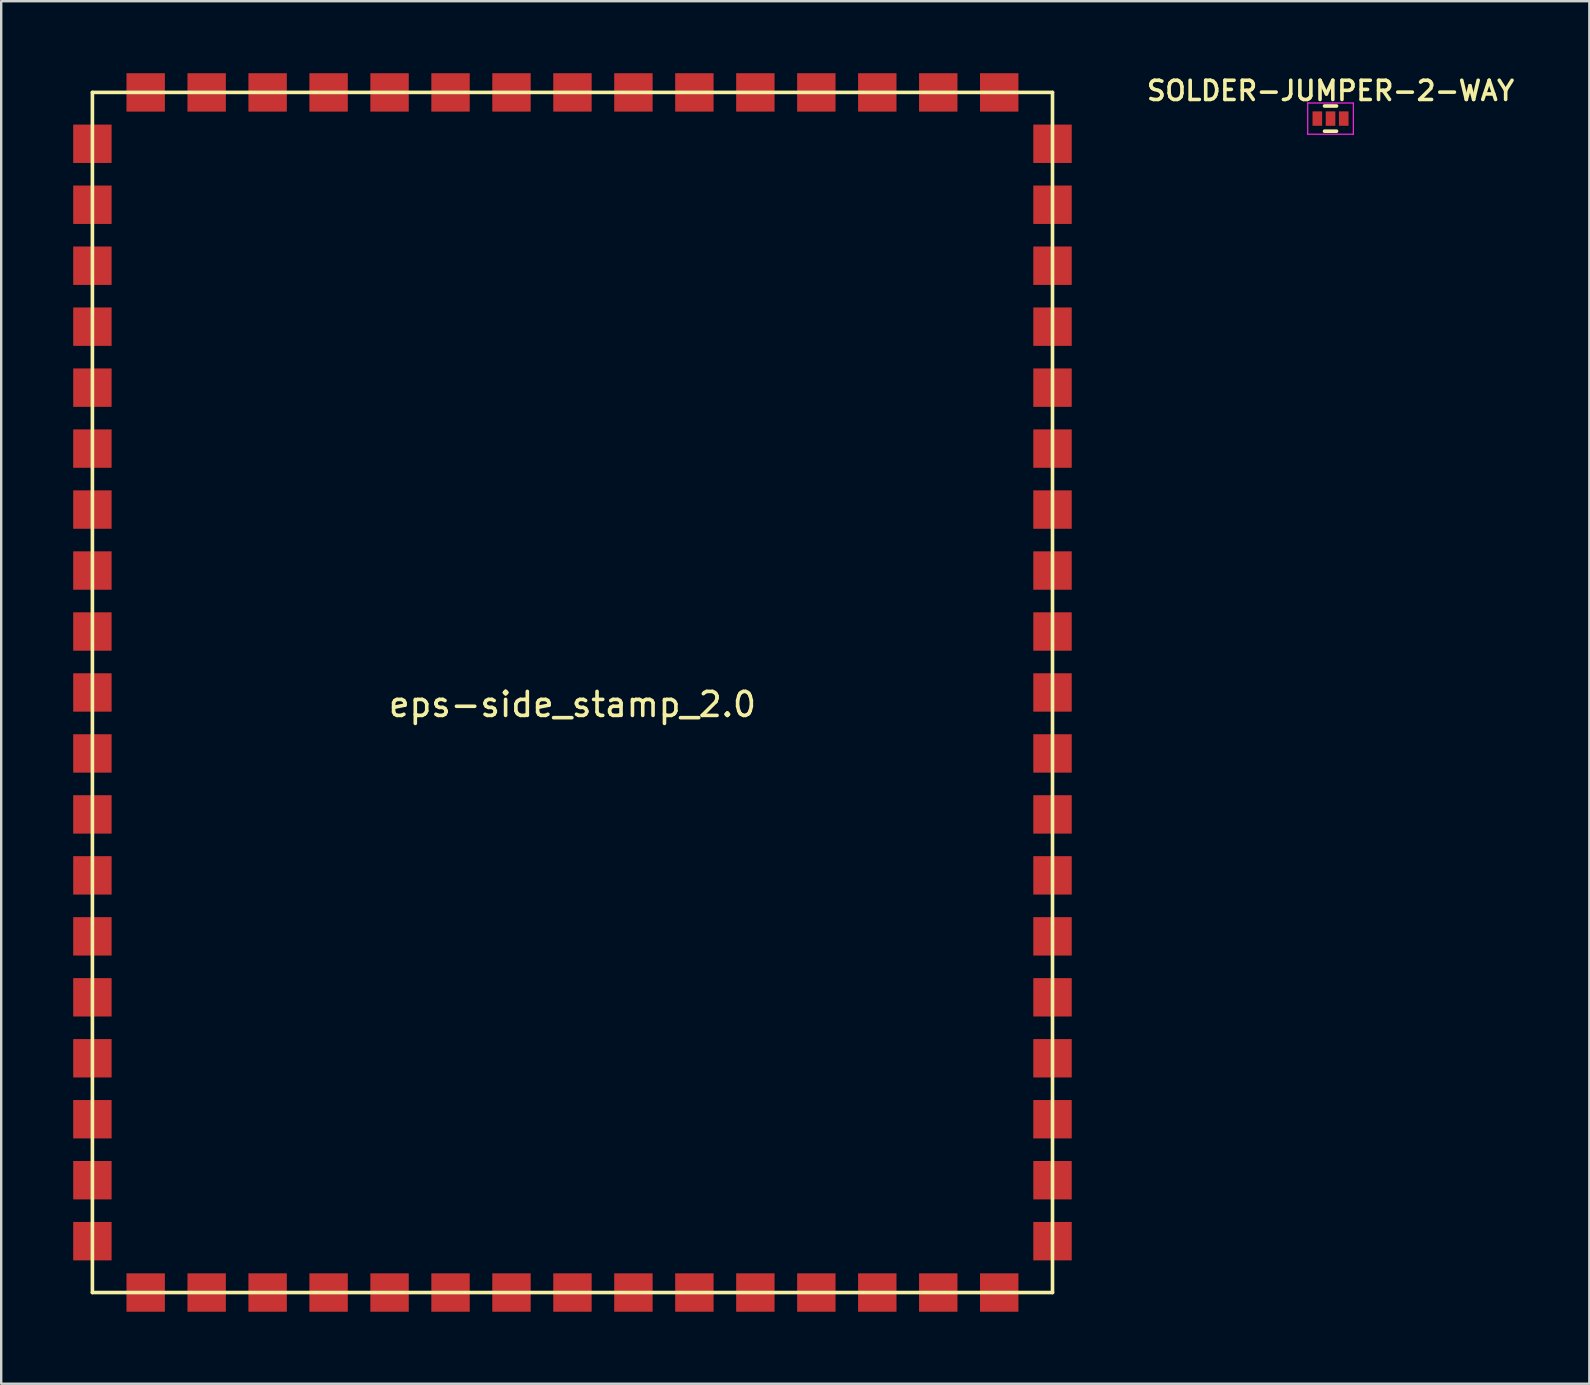
<source format=kicad_pcb>
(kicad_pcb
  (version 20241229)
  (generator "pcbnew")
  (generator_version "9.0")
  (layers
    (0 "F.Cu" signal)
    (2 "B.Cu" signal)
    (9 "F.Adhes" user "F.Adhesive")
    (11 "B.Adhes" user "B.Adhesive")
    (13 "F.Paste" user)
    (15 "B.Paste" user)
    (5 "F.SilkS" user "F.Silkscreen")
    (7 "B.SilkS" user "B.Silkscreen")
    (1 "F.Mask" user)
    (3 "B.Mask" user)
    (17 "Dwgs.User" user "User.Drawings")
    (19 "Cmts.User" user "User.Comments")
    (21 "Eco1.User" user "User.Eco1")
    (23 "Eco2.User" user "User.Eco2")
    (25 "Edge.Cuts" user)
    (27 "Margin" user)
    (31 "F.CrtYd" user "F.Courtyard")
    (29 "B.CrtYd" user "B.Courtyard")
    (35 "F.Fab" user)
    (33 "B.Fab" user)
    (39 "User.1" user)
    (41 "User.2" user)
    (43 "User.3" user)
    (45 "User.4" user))
  (footprint "SOLDER-JUMPER-2-WAY"
    (layer "F.Cu")
    (at 52.383 1.891)
    (property "Reference" "SOLDER-JUMPER-2-WAY" (at 0 -1.16 180) (layer "F.SilkS") (effects (font (size 0.8 0.8) (thickness 0.15))))
    (attr smd exclude_from_pos_files exclude_from_bom)
    (fp_line (start -0.25 0.525) (end 0.25 0.525) (stroke (width 0.15) (type solid)) (layer "F.SilkS"))
    (fp_line (start 0.25 -0.525) (end -0.25 -0.525) (stroke (width 0.15) (type solid)) (layer "F.SilkS"))
    (fp_line (start -0.95 -0.65) (end -0.95 0.65) (stroke (width 0.05) (type solid)) (layer "F.CrtYd"))
    (fp_line (start -0.95 -0.65) (end 0.95 -0.65) (stroke (width 0.05) (type solid)) (layer "F.CrtYd"))
    (fp_line (start -0.95 0.65) (end 0.95 0.65) (stroke (width 0.05) (type solid)) (layer "F.CrtYd"))
    (fp_line (start 0.95 -0.65) (end 0.95 0.65) (stroke (width 0.05) (type solid)) (layer "F.CrtYd"))
    (pad "1" smd rect (at 0 0) (size 0.4 0.6) (layers "F.Cu" "F.Mask" "F.Paste"))
    (pad "2" smd rect (at -0.55 0) (size 0.4 0.6) (layers "F.Cu" "F.Mask" "F.Paste"))
    (pad "3" smd rect (at 0.55 0) (size 0.4 0.6) (layers "F.Cu" "F.Mask" "F.Paste")))
  (footprint "eps-side_stamp_2.0"
    (layer "F.Cu")
    (at 20.8 25.8)
    (property "Reference" "eps-side_stamp_2.0" (at 0 0.5 0) (layer "F.SilkS") (effects (font (size 1 1) (thickness 0.15))))
    (attr exclude_from_pos_files exclude_from_bom)
    (fp_line (start -20 -25) (end 20 -25) (stroke (width 0.15) (type solid)) (layer "F.SilkS"))
    (fp_line (start -20 25) (end -20 -25) (stroke (width 0.15) (type solid)) (layer "F.SilkS"))
    (fp_line (start 20 -25) (end 20 25) (stroke (width 0.15) (type solid)) (layer "F.SilkS"))
    (fp_line (start 20 25) (end -20 25) (stroke (width 0.15) (type solid)) (layer "F.SilkS"))
    (pad "1" smd rect (at 20 -22.86) (size 1.6 1.6) (layers "F.Cu" "F.Mask" "F.Paste"))
    (pad "2" smd rect (at 20 -20.32) (size 1.6 1.6) (layers "F.Cu" "F.Mask" "F.Paste"))
    (pad "3" smd rect (at 20 -17.78) (size 1.6 1.6) (layers "F.Cu" "F.Mask" "F.Paste"))
    (pad "4" smd rect (at 20 -15.24) (size 1.6 1.6) (layers "F.Cu" "F.Mask" "F.Paste"))
    (pad "5" smd rect (at 20 -12.7) (size 1.6 1.6) (layers "F.Cu" "F.Mask" "F.Paste"))
    (pad "6" smd rect (at 20 -10.16) (size 1.6 1.6) (layers "F.Cu" "F.Mask" "F.Paste"))
    (pad "7" smd rect (at 20 -7.62) (size 1.6 1.6) (layers "F.Cu" "F.Mask" "F.Paste"))
    (pad "8" smd rect (at 20 -5.08) (size 1.6 1.6) (layers "F.Cu" "F.Mask" "F.Paste"))
    (pad "9" smd rect (at 17.78 -25) (size 1.6 1.6) (layers "F.Cu" "F.Mask" "F.Paste"))
    (pad "10" smd rect (at 15.24 -25) (size 1.6 1.6) (layers "F.Cu" "F.Mask" "F.Paste"))
    (pad "11" smd rect (at 12.7 -25) (size 1.6 1.6) (layers "F.Cu" "F.Mask" "F.Paste"))
    (pad "12" smd rect (at 10.16 -25) (size 1.6 1.6) (layers "F.Cu" "F.Mask" "F.Paste"))
    (pad "13" smd rect (at 7.62 -25) (size 1.6 1.6) (layers "F.Cu" "F.Mask" "F.Paste"))
    (pad "14" smd rect (at 5.08 -25) (size 1.6 1.6) (layers "F.Cu" "F.Mask" "F.Paste"))
    (pad "15" smd rect (at 2.54 -25) (size 1.6 1.6) (layers "F.Cu" "F.Mask" "F.Paste"))
    (pad "16" smd rect (at -20 -22.86) (size 1.6 1.6) (layers "F.Cu" "F.Mask" "F.Paste"))
    (pad "16" smd rect (at -20 -20.32) (size 1.6 1.6) (layers "F.Cu" "F.Mask" "F.Paste"))
    (pad "16" smd rect (at -20 -17.78) (size 1.6 1.6) (layers "F.Cu" "F.Mask" "F.Paste"))
    (pad "16" smd rect (at -20 -15.24) (size 1.6 1.6) (layers "F.Cu" "F.Mask" "F.Paste"))
    (pad "16" smd rect (at -20 -12.7) (size 1.6 1.6) (layers "F.Cu" "F.Mask" "F.Paste"))
    (pad "16" smd rect (at -20 -10.16) (size 1.6 1.6) (layers "F.Cu" "F.Mask" "F.Paste"))
    (pad "16" smd rect (at -20 -7.62) (size 1.6 1.6) (layers "F.Cu" "F.Mask" "F.Paste"))
    (pad "16" smd rect (at -20 -5.08) (size 1.6 1.6) (layers "F.Cu" "F.Mask" "F.Paste"))
    (pad "16" smd rect (at -20 -2.54) (size 1.6 1.6) (layers "F.Cu" "F.Mask" "F.Paste"))
    (pad "16" smd rect (at -20 0) (size 1.6 1.6) (layers "F.Cu" "F.Mask" "F.Paste"))
    (pad "16" smd rect (at -20 2.54) (size 1.6 1.6) (layers "F.Cu" "F.Mask" "F.Paste"))
    (pad "16" smd rect (at -20 5.08) (size 1.6 1.6) (layers "F.Cu" "F.Mask" "F.Paste"))
    (pad "16" smd rect (at -20 7.62) (size 1.6 1.6) (layers "F.Cu" "F.Mask" "F.Paste"))
    (pad "16" smd rect (at -20 10.16) (size 1.6 1.6) (layers "F.Cu" "F.Mask" "F.Paste"))
    (pad "16" smd rect (at -20 12.7) (size 1.6 1.6) (layers "F.Cu" "F.Mask" "F.Paste"))
    (pad "16" smd rect (at -20 15.24) (size 1.6 1.6) (layers "F.Cu" "F.Mask" "F.Paste"))
    (pad "16" smd rect (at -20 17.78) (size 1.6 1.6) (layers "F.Cu" "F.Mask" "F.Paste"))
    (pad "16" smd rect (at -20 20.32) (size 1.6 1.6) (layers "F.Cu" "F.Mask" "F.Paste"))
    (pad "16" smd rect (at -20 22.86) (size 1.6 1.6) (layers "F.Cu" "F.Mask" "F.Paste"))
    (pad "16" smd rect (at -17.78 -25) (size 1.6 1.6) (layers "F.Cu" "F.Mask" "F.Paste"))
    (pad "16" smd rect (at -17.78 25) (size 1.6 1.6) (layers "F.Cu" "F.Mask" "F.Paste"))
    (pad "16" smd rect (at -15.24 -25) (size 1.6 1.6) (layers "F.Cu" "F.Mask" "F.Paste"))
    (pad "16" smd rect (at -15.24 25) (size 1.6 1.6) (layers "F.Cu" "F.Mask" "F.Paste"))
    (pad "16" smd rect (at -12.7 -25) (size 1.6 1.6) (layers "F.Cu" "F.Mask" "F.Paste"))
    (pad "16" smd rect (at -12.7 25) (size 1.6 1.6) (layers "F.Cu" "F.Mask" "F.Paste"))
    (pad "16" smd rect (at -10.16 -25) (size 1.6 1.6) (layers "F.Cu" "F.Mask" "F.Paste"))
    (pad "16" smd rect (at -10.16 25) (size 1.6 1.6) (layers "F.Cu" "F.Mask" "F.Paste"))
    (pad "16" smd rect (at -7.62 -25) (size 1.6 1.6) (layers "F.Cu" "F.Mask" "F.Paste"))
    (pad "16" smd rect (at -7.62 25) (size 1.6 1.6) (layers "F.Cu" "F.Mask" "F.Paste"))
    (pad "16" smd rect (at -5.08 -25) (size 1.6 1.6) (layers "F.Cu" "F.Mask" "F.Paste"))
    (pad "16" smd rect (at -5.08 25) (size 1.6 1.6) (layers "F.Cu" "F.Mask" "F.Paste"))
    (pad "16" smd rect (at -2.54 -25) (size 1.6 1.6) (layers "F.Cu" "F.Mask" "F.Paste"))
    (pad "16" smd rect (at -2.54 25) (size 1.6 1.6) (layers "F.Cu" "F.Mask" "F.Paste"))
    (pad "16" smd rect (at 0 -25) (size 1.6 1.6) (layers "F.Cu" "F.Mask" "F.Paste"))
    (pad "16" smd rect (at 0 25) (size 1.6 1.6) (layers "F.Cu" "F.Mask" "F.Paste"))
    (pad "16" smd rect (at 2.54 25) (size 1.6 1.6) (layers "F.Cu" "F.Mask" "F.Paste"))
    (pad "16" smd rect (at 5.08 25) (size 1.6 1.6) (layers "F.Cu" "F.Mask" "F.Paste"))
    (pad "16" smd rect (at 7.62 25) (size 1.6 1.6) (layers "F.Cu" "F.Mask" "F.Paste"))
    (pad "16" smd rect (at 10.16 25) (size 1.6 1.6) (layers "F.Cu" "F.Mask" "F.Paste"))
    (pad "16" smd rect (at 12.7 25) (size 1.6 1.6) (layers "F.Cu" "F.Mask" "F.Paste"))
    (pad "16" smd rect (at 15.24 25) (size 1.6 1.6) (layers "F.Cu" "F.Mask" "F.Paste"))
    (pad "16" smd rect (at 17.78 25) (size 1.6 1.6) (layers "F.Cu" "F.Mask" "F.Paste"))
    (pad "16" smd rect (at 20 -2.54) (size 1.6 1.6) (layers "F.Cu" "F.Mask" "F.Paste"))
    (pad "16" smd rect (at 20 0) (size 1.6 1.6) (layers "F.Cu" "F.Mask" "F.Paste"))
    (pad "16" smd rect (at 20 2.54) (size 1.6 1.6) (layers "F.Cu" "F.Mask" "F.Paste"))
    (pad "16" smd rect (at 20 5.08) (size 1.6 1.6) (layers "F.Cu" "F.Mask" "F.Paste"))
    (pad "16" smd rect (at 20 7.62) (size 1.6 1.6) (layers "F.Cu" "F.Mask" "F.Paste"))
    (pad "16" smd rect (at 20 10.16) (size 1.6 1.6) (layers "F.Cu" "F.Mask" "F.Paste"))
    (pad "16" smd rect (at 20 12.7) (size 1.6 1.6) (layers "F.Cu" "F.Mask" "F.Paste"))
    (pad "16" smd rect (at 20 15.24) (size 1.6 1.6) (layers "F.Cu" "F.Mask" "F.Paste"))
    (pad "16" smd rect (at 20 17.78) (size 1.6 1.6) (layers "F.Cu" "F.Mask" "F.Paste"))
    (pad "16" smd rect (at 20 20.32) (size 1.6 1.6) (layers "F.Cu" "F.Mask" "F.Paste"))
    (pad "16" smd rect (at 20 22.86) (size 1.6 1.6) (layers "F.Cu" "F.Mask" "F.Paste")))
  (gr_rect
    (start -3 -3)
    (end 63.166 54.6)
    (stroke (width 0.1) (type default))
    (fill no)
    (layer "Edge.Cuts")))
</source>
